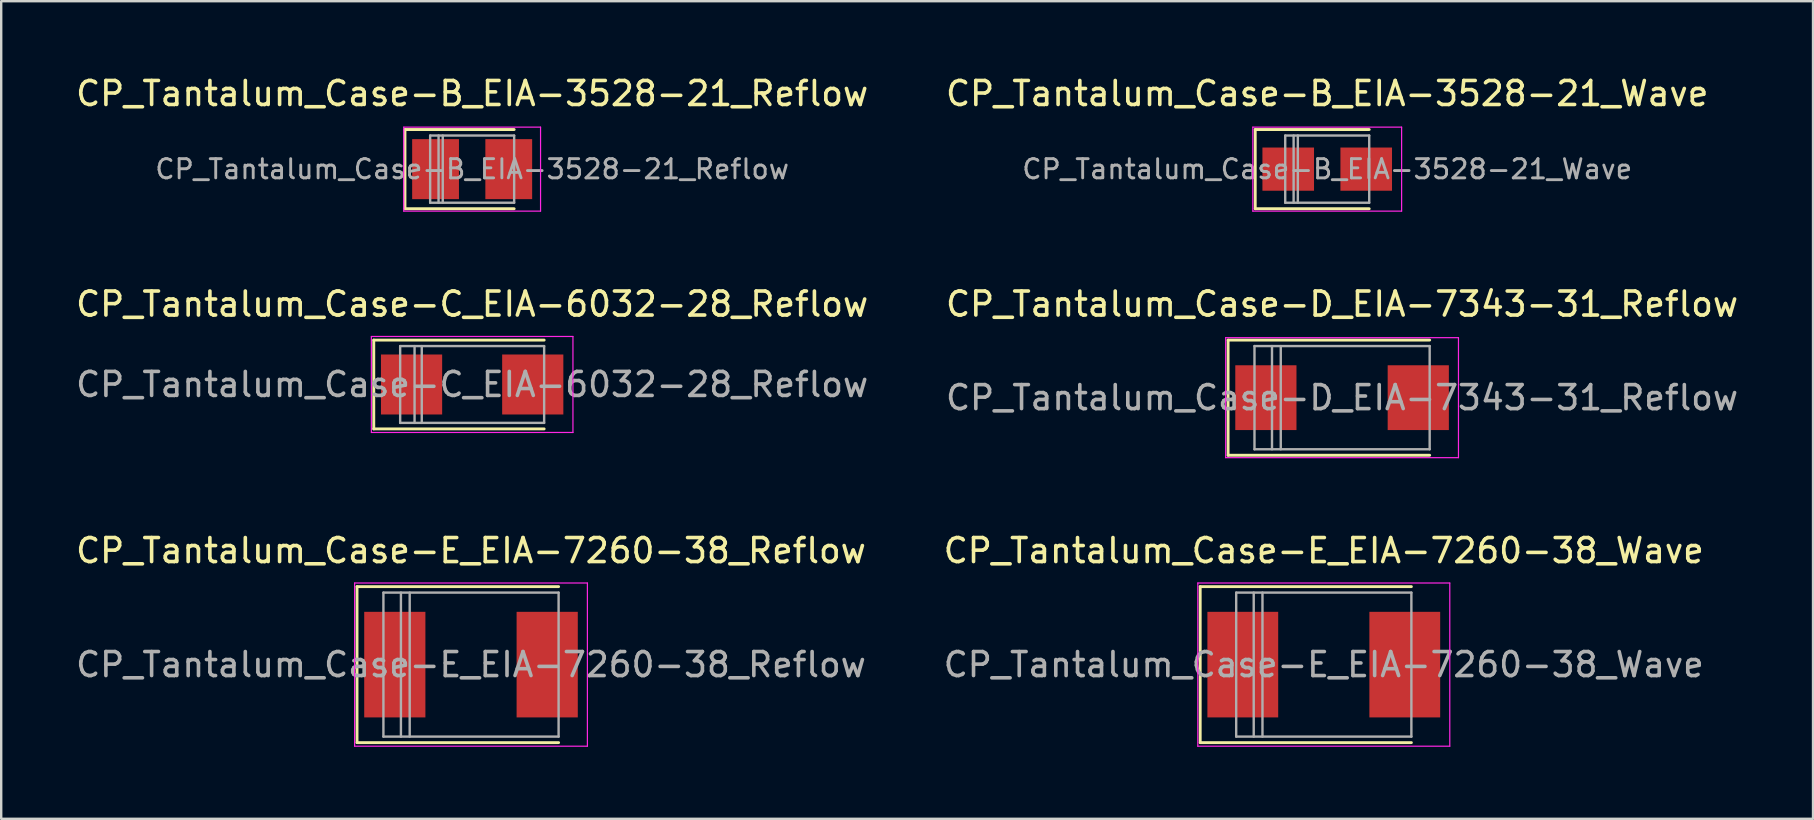
<source format=kicad_pcb>
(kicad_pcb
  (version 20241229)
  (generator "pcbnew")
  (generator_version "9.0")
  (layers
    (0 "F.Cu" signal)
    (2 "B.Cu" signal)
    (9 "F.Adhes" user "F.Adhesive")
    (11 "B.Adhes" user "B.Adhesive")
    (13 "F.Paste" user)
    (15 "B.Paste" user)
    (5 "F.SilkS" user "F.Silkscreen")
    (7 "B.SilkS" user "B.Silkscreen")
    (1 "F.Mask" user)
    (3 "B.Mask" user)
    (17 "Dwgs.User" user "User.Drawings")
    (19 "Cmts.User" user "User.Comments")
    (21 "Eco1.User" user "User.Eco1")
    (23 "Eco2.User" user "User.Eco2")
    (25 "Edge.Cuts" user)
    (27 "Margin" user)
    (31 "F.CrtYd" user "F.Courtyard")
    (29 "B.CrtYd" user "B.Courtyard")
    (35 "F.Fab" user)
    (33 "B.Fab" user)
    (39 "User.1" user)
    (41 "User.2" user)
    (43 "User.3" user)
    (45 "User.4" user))
  (footprint "CP_Tantalum_Case-C_EIA-6032-28_Reflow"
    (layer "F.Cu")
    (at 16.625 12.972)
    (property "Reference" "CP_Tantalum_Case-C_EIA-6032-28_Reflow" (at 0 -3.35 0) (layer "F.SilkS") (effects (font (size 1 1) (thickness 0.15))))
    (attr smd)
    (fp_line (start -4.1 -1.85) (end -4.1 1.85) (stroke (width 0.12) (type solid)) (layer "F.SilkS"))
    (fp_line (start -4.1 -1.85) (end 3 -1.85) (stroke (width 0.12) (type solid)) (layer "F.SilkS"))
    (fp_line (start -4.1 1.85) (end 3 1.85) (stroke (width 0.12) (type solid)) (layer "F.SilkS"))
    (fp_line (start -4.2 -2) (end -4.2 2) (stroke (width 0.05) (type solid)) (layer "F.CrtYd"))
    (fp_line (start -4.2 2) (end 4.2 2) (stroke (width 0.05) (type solid)) (layer "F.CrtYd"))
    (fp_line (start 4.2 -2) (end -4.2 -2) (stroke (width 0.05) (type solid)) (layer "F.CrtYd"))
    (fp_line (start 4.2 2) (end 4.2 -2) (stroke (width 0.05) (type solid)) (layer "F.CrtYd"))
    (fp_line (start -3 -1.6) (end -3 1.6) (stroke (width 0.1) (type solid)) (layer "F.Fab"))
    (fp_line (start -3 1.6) (end 3 1.6) (stroke (width 0.1) (type solid)) (layer "F.Fab"))
    (fp_line (start -2.4 -1.6) (end -2.4 1.6) (stroke (width 0.1) (type solid)) (layer "F.Fab"))
    (fp_line (start -2.1 -1.6) (end -2.1 1.6) (stroke (width 0.1) (type solid)) (layer "F.Fab"))
    (fp_line (start 3 -1.6) (end -3 -1.6) (stroke (width 0.1) (type solid)) (layer "F.Fab"))
    (fp_line (start 3 1.6) (end 3 -1.6) (stroke (width 0.1) (type solid)) (layer "F.Fab"))
    (fp_text user "${REFERENCE}" (at 0 0 0) (layer "F.Fab") (effects (font (size 1 1) (thickness 0.15))))
    (pad "1" smd rect (at -2.525 0) (size 2.55 2.5) (layers "F.Cu" "F.Mask" "F.Paste"))
    (pad "2" smd rect (at 2.525 0) (size 2.55 2.5) (layers "F.Cu" "F.Mask" "F.Paste")))
  (footprint "CP_Tantalum_Case-E_EIA-7260-38_Wave"
    (layer "F.Cu")
    (at 52.113 24.645)
    (property "Reference" "CP_Tantalum_Case-E_EIA-7260-38_Wave" (at 0 -4.75 0) (layer "F.SilkS") (effects (font (size 1 1) (thickness 0.15))))
    (attr smd)
    (fp_line (start -5.15 -3.25) (end -5.15 3.25) (stroke (width 0.12) (type solid)) (layer "F.SilkS"))
    (fp_line (start -5.15 -3.25) (end 3.65 -3.25) (stroke (width 0.12) (type solid)) (layer "F.SilkS"))
    (fp_line (start -5.15 3.25) (end 3.65 3.25) (stroke (width 0.12) (type solid)) (layer "F.SilkS"))
    (fp_line (start -5.25 -3.4) (end -5.25 3.4) (stroke (width 0.05) (type solid)) (layer "F.CrtYd"))
    (fp_line (start -5.25 3.4) (end 5.25 3.4) (stroke (width 0.05) (type solid)) (layer "F.CrtYd"))
    (fp_line (start 5.25 -3.4) (end -5.25 -3.4) (stroke (width 0.05) (type solid)) (layer "F.CrtYd"))
    (fp_line (start 5.25 3.4) (end 5.25 -3.4) (stroke (width 0.05) (type solid)) (layer "F.CrtYd"))
    (fp_line (start -3.65 -3) (end -3.65 3) (stroke (width 0.1) (type solid)) (layer "F.Fab"))
    (fp_line (start -3.65 3) (end 3.65 3) (stroke (width 0.1) (type solid)) (layer "F.Fab"))
    (fp_line (start -2.92 -3) (end -2.92 3) (stroke (width 0.1) (type solid)) (layer "F.Fab"))
    (fp_line (start -2.555 -3) (end -2.555 3) (stroke (width 0.1) (type solid)) (layer "F.Fab"))
    (fp_line (start 3.65 -3) (end -3.65 -3) (stroke (width 0.1) (type solid)) (layer "F.Fab"))
    (fp_line (start 3.65 3) (end 3.65 -3) (stroke (width 0.1) (type solid)) (layer "F.Fab"))
    (fp_text user "${REFERENCE}" (at 0 0 0) (layer "F.Fab") (effects (font (size 1 1) (thickness 0.15))))
    (pad "1" smd rect (at -3.375 0) (size 2.95 4.4) (layers "F.Cu" "F.Mask" "F.Paste"))
    (pad "2" smd rect (at 3.375 0) (size 2.95 4.4) (layers "F.Cu" "F.Mask" "F.Paste")))
  (footprint "CP_Tantalum_Case-B_EIA-3528-21_Reflow"
    (layer "F.Cu")
    (at 16.625 3.998)
    (property "Reference" "CP_Tantalum_Case-B_EIA-3528-21_Reflow" (at 0 -3.15 0) (layer "F.SilkS") (effects (font (size 1 1) (thickness 0.15))))
    (attr smd)
    (fp_line (start -2.8 -1.65) (end -2.8 1.65) (stroke (width 0.12) (type solid)) (layer "F.SilkS"))
    (fp_line (start -2.8 -1.65) (end 1.75 -1.65) (stroke (width 0.12) (type solid)) (layer "F.SilkS"))
    (fp_line (start -2.8 1.65) (end 1.75 1.65) (stroke (width 0.12) (type solid)) (layer "F.SilkS"))
    (fp_line (start -2.85 -1.75) (end -2.85 1.75) (stroke (width 0.05) (type solid)) (layer "F.CrtYd"))
    (fp_line (start -2.85 1.75) (end 2.85 1.75) (stroke (width 0.05) (type solid)) (layer "F.CrtYd"))
    (fp_line (start 2.85 -1.75) (end -2.85 -1.75) (stroke (width 0.05) (type solid)) (layer "F.CrtYd"))
    (fp_line (start 2.85 1.75) (end 2.85 -1.75) (stroke (width 0.05) (type solid)) (layer "F.CrtYd"))
    (fp_line (start -1.75 -1.4) (end -1.75 1.4) (stroke (width 0.1) (type solid)) (layer "F.Fab"))
    (fp_line (start -1.75 1.4) (end 1.75 1.4) (stroke (width 0.1) (type solid)) (layer "F.Fab"))
    (fp_line (start -1.4 -1.4) (end -1.4 1.4) (stroke (width 0.1) (type solid)) (layer "F.Fab"))
    (fp_line (start -1.225 -1.4) (end -1.225 1.4) (stroke (width 0.1) (type solid)) (layer "F.Fab"))
    (fp_line (start 1.75 -1.4) (end -1.75 -1.4) (stroke (width 0.1) (type solid)) (layer "F.Fab"))
    (fp_line (start 1.75 1.4) (end 1.75 -1.4) (stroke (width 0.1) (type solid)) (layer "F.Fab"))
    (fp_text user "${REFERENCE}" (at 0 0 0) (layer "F.Fab") (effects (font (size 0.8 0.8) (thickness 0.12))))
    (pad "1" smd rect (at -1.525 0) (size 1.95 2.5) (layers "F.Cu" "F.Mask" "F.Paste"))
    (pad "2" smd rect (at 1.525 0) (size 1.95 2.5) (layers "F.Cu" "F.Mask" "F.Paste")))
  (footprint "CP_Tantalum_Case-E_EIA-7260-38_Reflow"
    (layer "F.Cu")
    (at 16.577 24.645)
    (property "Reference" "CP_Tantalum_Case-E_EIA-7260-38_Reflow" (at 0 -4.75 0) (layer "F.SilkS") (effects (font (size 1 1) (thickness 0.15))))
    (attr smd)
    (fp_line (start -4.75 -3.25) (end -4.75 3.25) (stroke (width 0.12) (type solid)) (layer "F.SilkS"))
    (fp_line (start -4.75 -3.25) (end 3.65 -3.25) (stroke (width 0.12) (type solid)) (layer "F.SilkS"))
    (fp_line (start -4.75 3.25) (end 3.65 3.25) (stroke (width 0.12) (type solid)) (layer "F.SilkS"))
    (fp_line (start -4.85 -3.4) (end -4.85 3.4) (stroke (width 0.05) (type solid)) (layer "F.CrtYd"))
    (fp_line (start -4.85 3.4) (end 4.85 3.4) (stroke (width 0.05) (type solid)) (layer "F.CrtYd"))
    (fp_line (start 4.85 -3.4) (end -4.85 -3.4) (stroke (width 0.05) (type solid)) (layer "F.CrtYd"))
    (fp_line (start 4.85 3.4) (end 4.85 -3.4) (stroke (width 0.05) (type solid)) (layer "F.CrtYd"))
    (fp_line (start -3.65 -3) (end -3.65 3) (stroke (width 0.1) (type solid)) (layer "F.Fab"))
    (fp_line (start -3.65 3) (end 3.65 3) (stroke (width 0.1) (type solid)) (layer "F.Fab"))
    (fp_line (start -2.92 -3) (end -2.92 3) (stroke (width 0.1) (type solid)) (layer "F.Fab"))
    (fp_line (start -2.555 -3) (end -2.555 3) (stroke (width 0.1) (type solid)) (layer "F.Fab"))
    (fp_line (start 3.65 -3) (end -3.65 -3) (stroke (width 0.1) (type solid)) (layer "F.Fab"))
    (fp_line (start 3.65 3) (end 3.65 -3) (stroke (width 0.1) (type solid)) (layer "F.Fab"))
    (fp_text user "${REFERENCE}" (at 0 0 0) (layer "F.Fab") (effects (font (size 1 1) (thickness 0.15))))
    (pad "1" smd rect (at -3.175 0) (size 2.55 4.4) (layers "F.Cu" "F.Mask" "F.Paste"))
    (pad "2" smd rect (at 3.175 0) (size 2.55 4.4) (layers "F.Cu" "F.Mask" "F.Paste")))
  (footprint "CP_Tantalum_Case-B_EIA-3528-21_Wave"
    (layer "F.Cu")
    (at 52.256 3.998)
    (property "Reference" "CP_Tantalum_Case-B_EIA-3528-21_Wave" (at 0 -3.15 0) (layer "F.SilkS") (effects (font (size 1 1) (thickness 0.15))))
    (attr smd)
    (fp_line (start -3 -1.65) (end -3 1.65) (stroke (width 0.12) (type solid)) (layer "F.SilkS"))
    (fp_line (start -3 -1.65) (end 1.75 -1.65) (stroke (width 0.12) (type solid)) (layer "F.SilkS"))
    (fp_line (start -3 1.65) (end 1.75 1.65) (stroke (width 0.12) (type solid)) (layer "F.SilkS"))
    (fp_line (start -3.1 -1.75) (end -3.1 1.75) (stroke (width 0.05) (type solid)) (layer "F.CrtYd"))
    (fp_line (start -3.1 1.75) (end 3.1 1.75) (stroke (width 0.05) (type solid)) (layer "F.CrtYd"))
    (fp_line (start 3.1 -1.75) (end -3.1 -1.75) (stroke (width 0.05) (type solid)) (layer "F.CrtYd"))
    (fp_line (start 3.1 1.75) (end 3.1 -1.75) (stroke (width 0.05) (type solid)) (layer "F.CrtYd"))
    (fp_line (start -1.75 -1.4) (end -1.75 1.4) (stroke (width 0.1) (type solid)) (layer "F.Fab"))
    (fp_line (start -1.75 1.4) (end 1.75 1.4) (stroke (width 0.1) (type solid)) (layer "F.Fab"))
    (fp_line (start -1.4 -1.4) (end -1.4 1.4) (stroke (width 0.1) (type solid)) (layer "F.Fab"))
    (fp_line (start -1.225 -1.4) (end -1.225 1.4) (stroke (width 0.1) (type solid)) (layer "F.Fab"))
    (fp_line (start 1.75 -1.4) (end -1.75 -1.4) (stroke (width 0.1) (type solid)) (layer "F.Fab"))
    (fp_line (start 1.75 1.4) (end 1.75 -1.4) (stroke (width 0.1) (type solid)) (layer "F.Fab"))
    (fp_text user "${REFERENCE}" (at 0 0 0) (layer "F.Fab") (effects (font (size 0.8 0.8) (thickness 0.12))))
    (pad "1" smd rect (at -1.625 0) (size 2.15 1.8) (layers "F.Cu" "F.Mask" "F.Paste"))
    (pad "2" smd rect (at 1.625 0) (size 2.15 1.8) (layers "F.Cu" "F.Mask" "F.Paste")))
  (footprint "CP_Tantalum_Case-D_EIA-7343-31_Reflow"
    (layer "F.Cu")
    (at 52.875 13.521)
    (property "Reference" "CP_Tantalum_Case-D_EIA-7343-31_Reflow" (at 0 -3.9 0) (layer "F.SilkS") (effects (font (size 1 1) (thickness 0.15))))
    (attr smd)
    (fp_line (start -4.75 -2.4) (end -4.75 2.4) (stroke (width 0.12) (type solid)) (layer "F.SilkS"))
    (fp_line (start -4.75 -2.4) (end 3.65 -2.4) (stroke (width 0.12) (type solid)) (layer "F.SilkS"))
    (fp_line (start -4.75 2.4) (end 3.65 2.4) (stroke (width 0.12) (type solid)) (layer "F.SilkS"))
    (fp_line (start -4.85 -2.5) (end -4.85 2.5) (stroke (width 0.05) (type solid)) (layer "F.CrtYd"))
    (fp_line (start -4.85 2.5) (end 4.85 2.5) (stroke (width 0.05) (type solid)) (layer "F.CrtYd"))
    (fp_line (start 4.85 -2.5) (end -4.85 -2.5) (stroke (width 0.05) (type solid)) (layer "F.CrtYd"))
    (fp_line (start 4.85 2.5) (end 4.85 -2.5) (stroke (width 0.05) (type solid)) (layer "F.CrtYd"))
    (fp_line (start -3.65 -2.15) (end -3.65 2.15) (stroke (width 0.1) (type solid)) (layer "F.Fab"))
    (fp_line (start -3.65 2.15) (end 3.65 2.15) (stroke (width 0.1) (type solid)) (layer "F.Fab"))
    (fp_line (start -2.92 -2.15) (end -2.92 2.15) (stroke (width 0.1) (type solid)) (layer "F.Fab"))
    (fp_line (start -2.555 -2.15) (end -2.555 2.15) (stroke (width 0.1) (type solid)) (layer "F.Fab"))
    (fp_line (start 3.65 -2.15) (end -3.65 -2.15) (stroke (width 0.1) (type solid)) (layer "F.Fab"))
    (fp_line (start 3.65 2.15) (end 3.65 -2.15) (stroke (width 0.1) (type solid)) (layer "F.Fab"))
    (fp_text user "${REFERENCE}" (at 0 0 0) (layer "F.Fab") (effects (font (size 1 1) (thickness 0.15))))
    (pad "1" smd rect (at -3.175 0) (size 2.55 2.7) (layers "F.Cu" "F.Mask" "F.Paste"))
    (pad "2" smd rect (at 3.175 0) (size 2.55 2.7) (layers "F.Cu" "F.Mask" "F.Paste")))
  (gr_rect
    (start -3 -3)
    (end 72.5 31.07)
    (stroke (width 0.1) (type default))
    (fill no)
    (layer "Edge.Cuts")))
</source>
